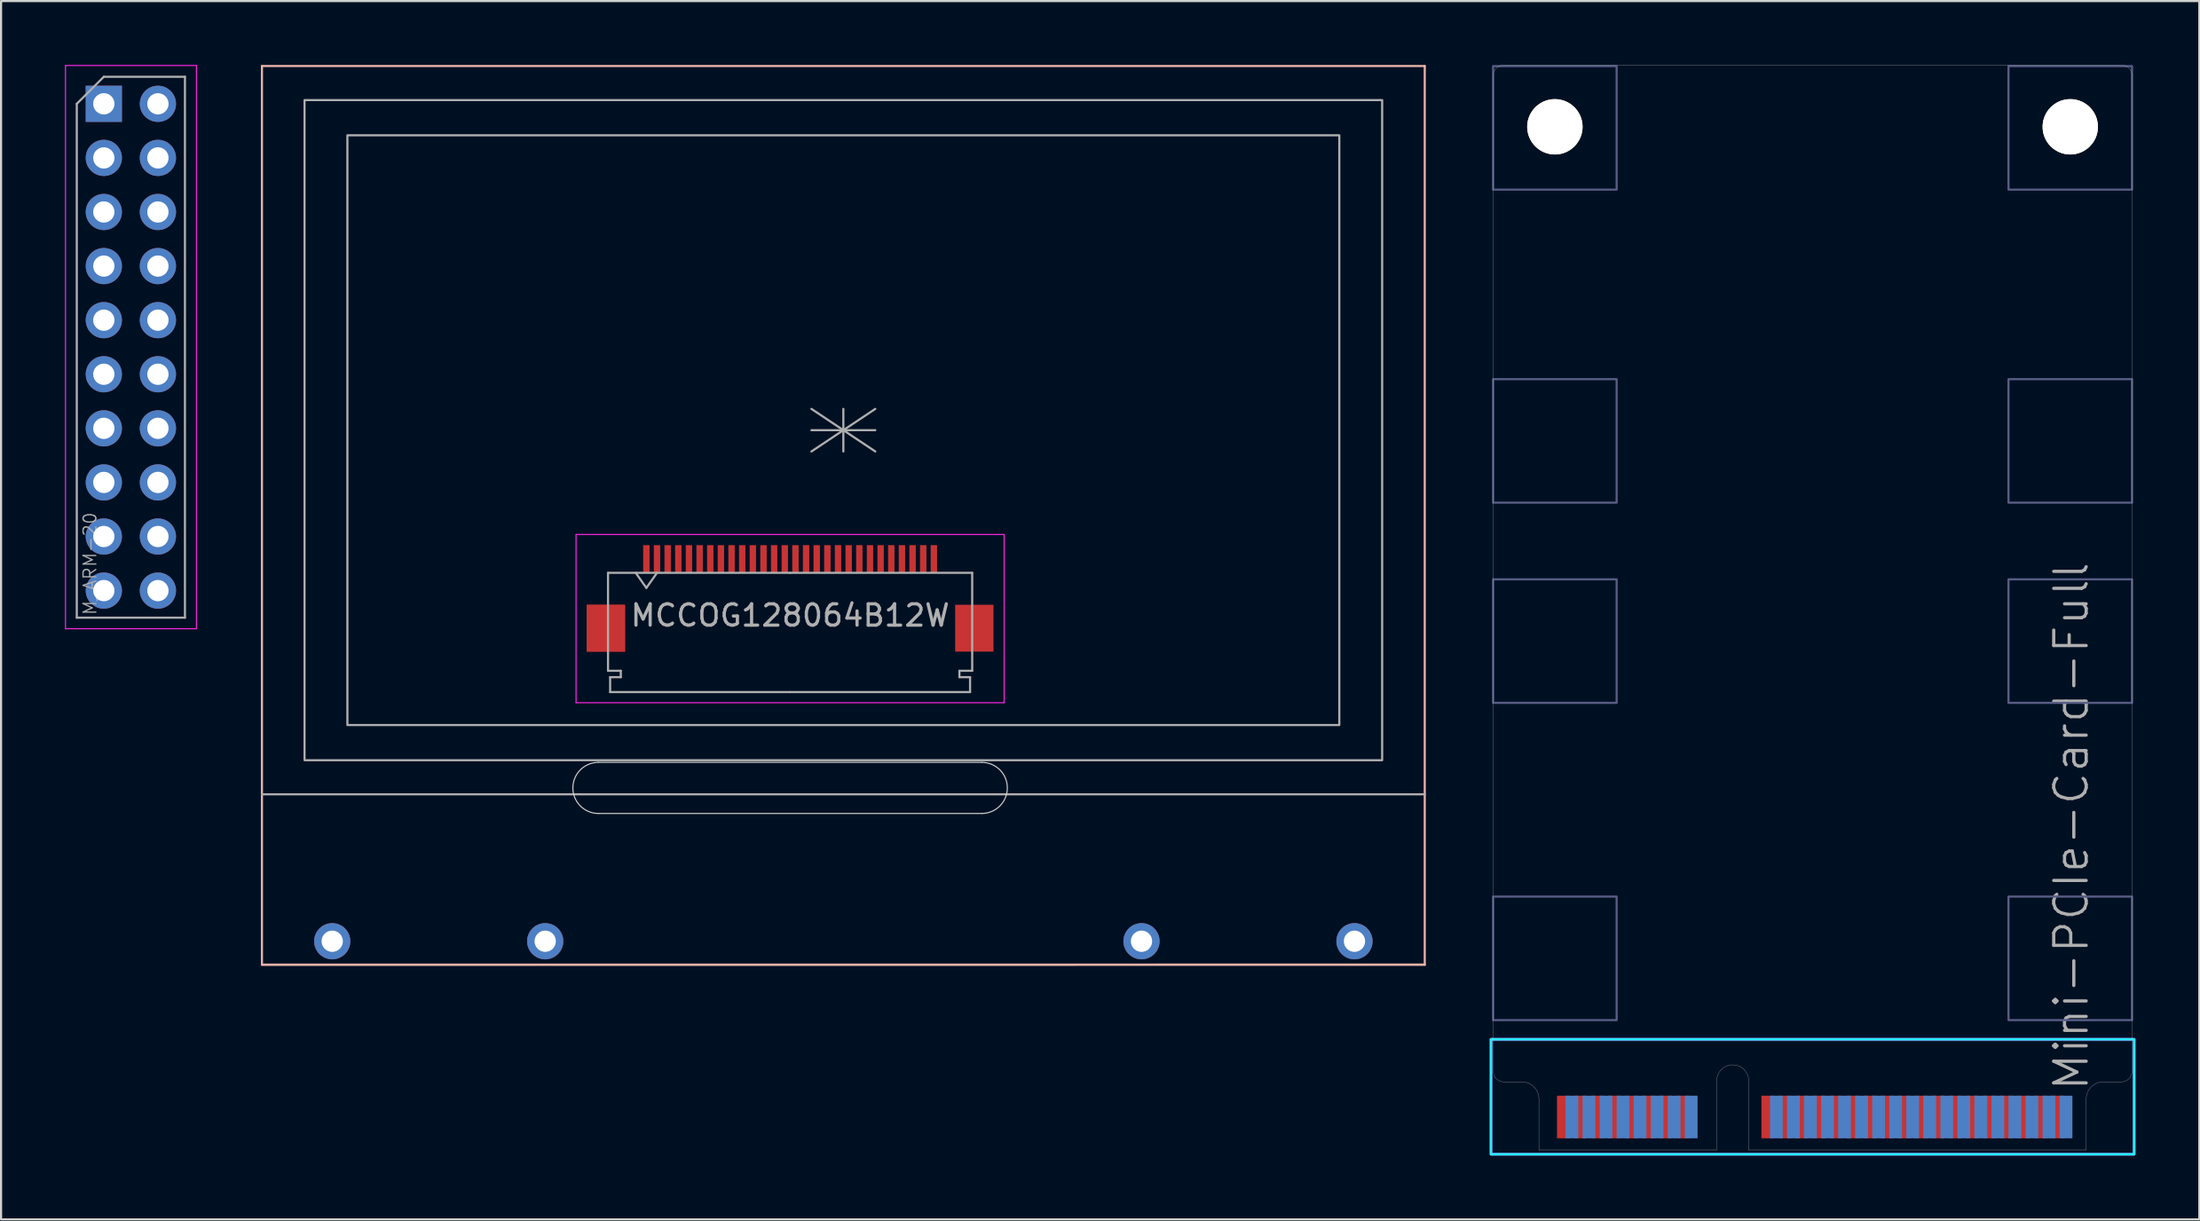
<source format=kicad_pcb>
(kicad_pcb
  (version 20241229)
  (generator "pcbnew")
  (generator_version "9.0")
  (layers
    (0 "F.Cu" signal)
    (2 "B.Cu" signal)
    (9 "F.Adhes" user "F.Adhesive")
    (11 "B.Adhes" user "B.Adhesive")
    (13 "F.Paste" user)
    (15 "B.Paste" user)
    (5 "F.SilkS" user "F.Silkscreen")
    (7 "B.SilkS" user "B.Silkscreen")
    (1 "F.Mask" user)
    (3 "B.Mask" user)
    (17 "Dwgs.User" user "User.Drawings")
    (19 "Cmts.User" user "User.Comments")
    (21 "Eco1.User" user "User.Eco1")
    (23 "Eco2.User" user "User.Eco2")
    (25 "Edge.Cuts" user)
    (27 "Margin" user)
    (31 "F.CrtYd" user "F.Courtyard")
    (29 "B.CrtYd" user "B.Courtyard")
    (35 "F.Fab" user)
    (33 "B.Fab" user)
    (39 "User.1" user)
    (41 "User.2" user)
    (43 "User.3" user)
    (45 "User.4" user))
  (footprint "Mini-PCIe-Card-Full"
    (layer "F.Cu")
    (at 82.06 50.955)
    (property "Reference" "Mini-PCIe-Card-Full" (at 12.15 -15.2 90) (layer "F.Fab") (effects (font (size 1.524 1.524) (thickness 0.15))))
    (attr exclude_from_bom)
    (fp_line (start 0 0) (end 0 -50.95) (stroke (width 0.01) (type solid)) (layer "Eco1.User"))
    (fp_line (start -15 -50.45) (end -15 -3.7) (stroke (width 0.01) (type solid)) (layer "Edge.Cuts"))
    (fp_line (start -13.65 -3.2) (end -14.5 -3.2) (stroke (width 0.01) (type solid)) (layer "Edge.Cuts"))
    (fp_line (start -12.85 0) (end -12.85 -2.4) (stroke (width 0.01) (type solid)) (layer "Edge.Cuts"))
    (fp_line (start -4.5 0) (end -12.85 0) (stroke (width 0.01) (type solid)) (layer "Edge.Cuts"))
    (fp_line (start -4.5 0) (end -4.5 -3.25) (stroke (width 0.01) (type solid)) (layer "Edge.Cuts"))
    (fp_line (start -3 0) (end -3 -3.25) (stroke (width 0.01) (type solid)) (layer "Edge.Cuts"))
    (fp_line (start -3 0) (end 12.85 0) (stroke (width 0.01) (type solid)) (layer "Edge.Cuts"))
    (fp_line (start 12.85 0) (end 12.85 -2.4) (stroke (width 0.01) (type solid)) (layer "Edge.Cuts"))
    (fp_line (start 14.5 -50.95) (end -14.5 -50.95) (stroke (width 0.01) (type solid)) (layer "Edge.Cuts"))
    (fp_line (start 14.5 -3.2) (end 13.65 -3.2) (stroke (width 0.01) (type solid)) (layer "Edge.Cuts"))
    (fp_line (start 15 -3.7) (end 15 -50.45) (stroke (width 0.01) (type solid)) (layer "Edge.Cuts"))
    (fp_arc (start -15 -50.45) (mid -14.853553 -50.803553) (end -14.5 -50.95) (stroke (width 0.01) (type solid)) (layer "Edge.Cuts"))
    (fp_arc (start -14.5 -3.2) (mid -14.853553 -3.346447) (end -15 -3.7) (stroke (width 0.01) (type solid)) (layer "Edge.Cuts"))
    (fp_arc (start -13.65 -3.2) (mid -13.084315 -2.965685) (end -12.85 -2.4) (stroke (width 0.01) (type solid)) (layer "Edge.Cuts"))
    (fp_arc (start -4.5 -3.25) (mid -3.75 -4) (end -3 -3.25) (stroke (width 0.01) (type solid)) (layer "Edge.Cuts"))
    (fp_arc (start 12.85 -2.4) (mid 13.084315 -2.965685) (end 13.65 -3.2) (stroke (width 0.01) (type solid)) (layer "Edge.Cuts"))
    (fp_arc (start 14.5 -50.95) (mid 14.853553 -50.803553) (end 15 -50.45) (stroke (width 0.01) (type solid)) (layer "Edge.Cuts"))
    (fp_arc (start 15 -3.7) (mid 14.853553 -3.346447) (end 14.5 -3.2) (stroke (width 0.01) (type solid)) (layer "Edge.Cuts"))
    (fp_rect (start -15.1 -5.2) (end 15.1 0.2) (stroke (width 0.12) (type solid)) (fill no) (layer "B.CrtYd"))
    (fp_rect (start -15.1 -5.2) (end 15.1 0.2) (stroke (width 0.12) (type solid)) (fill no) (layer "F.CrtYd"))
    (fp_line (start -15 -5.1) (end 15 -5.1) (stroke (width 0.01) (type solid)) (layer "B.Fab"))
    (fp_rect (start -15 -50.9) (end -9.2 -45.1) (stroke (width 0.1) (type solid)) (fill no) (layer "B.Fab"))
    (fp_rect (start -15 -36.2) (end -9.2 -30.4) (stroke (width 0.1) (type solid)) (fill no) (layer "B.Fab"))
    (fp_rect (start -15 -26.8) (end -9.2 -21) (stroke (width 0.1) (type solid)) (fill no) (layer "B.Fab"))
    (fp_rect (start -15 -11.9) (end -9.2 -6.1) (stroke (width 0.1) (type solid)) (fill no) (layer "B.Fab"))
    (fp_rect (start 9.2 -50.9) (end 15 -45.1) (stroke (width 0.1) (type solid)) (fill no) (layer "B.Fab"))
    (fp_rect (start 9.2 -36.2) (end 15 -30.4) (stroke (width 0.1) (type solid)) (fill no) (layer "B.Fab"))
    (fp_rect (start 9.2 -26.8) (end 15 -21) (stroke (width 0.1) (type solid)) (fill no) (layer "B.Fab"))
    (fp_rect (start 9.2 -11.9) (end 15 -6.1) (stroke (width 0.1) (type solid)) (fill no) (layer "B.Fab"))
    (pad "" np_thru_hole circle (at -12.1 -48.05) (size 2.6 2.6) (drill 2.6) (layers "*.Cu" "*.Mask" "F.SilkS"))
    (pad "" np_thru_hole circle (at 12.1 -48.05) (size 2.6 2.6) (drill 2.6) (layers "*.Cu" "*.Mask" "F.SilkS"))
    (pad "1" smd rect (at -11.7 -1.55) (size 0.6 2) (layers "F.Cu" "F.Mask"))
    (pad "2" smd rect (at -11.3 -1.55) (size 0.6 2) (layers "B.Cu" "B.Mask"))
    (pad "3" smd rect (at -10.9 -1.55) (size 0.6 2) (layers "F.Cu" "F.Mask"))
    (pad "4" smd rect (at -10.5 -1.55) (size 0.6 2) (layers "B.Cu" "B.Mask"))
    (pad "5" smd rect (at -10.1 -1.55) (size 0.6 2) (layers "F.Cu" "F.Mask"))
    (pad "6" smd rect (at -9.7 -1.55) (size 0.6 2) (layers "B.Cu" "B.Mask"))
    (pad "7" smd rect (at -9.3 -1.55) (size 0.6 2) (layers "F.Cu" "F.Mask"))
    (pad "8" smd rect (at -8.9 -1.55) (size 0.6 2) (layers "B.Cu" "B.Mask"))
    (pad "9" smd rect (at -8.5 -1.55) (size 0.6 2) (layers "F.Cu" "F.Mask"))
    (pad "10" smd rect (at -8.1 -1.55) (size 0.6 2) (layers "B.Cu" "B.Mask"))
    (pad "11" smd rect (at -7.7 -1.55) (size 0.6 2) (layers "F.Cu" "F.Mask"))
    (pad "12" smd rect (at -7.3 -1.55) (size 0.6 2) (layers "B.Cu" "B.Mask"))
    (pad "13" smd rect (at -6.9 -1.55) (size 0.6 2) (layers "F.Cu" "F.Mask"))
    (pad "14" smd rect (at -6.5 -1.55) (size 0.6 2) (layers "B.Cu" "B.Mask"))
    (pad "15" smd rect (at -6.1 -1.55) (size 0.6 2) (layers "F.Cu" "F.Mask"))
    (pad "16" smd rect (at -5.7 -1.55) (size 0.6 2) (layers "B.Cu" "B.Mask"))
    (pad "17" smd rect (at -2.1 -1.55) (size 0.6 2) (layers "F.Cu" "F.Mask"))
    (pad "18" smd rect (at -1.7 -1.55) (size 0.6 2) (layers "B.Cu" "B.Mask"))
    (pad "19" smd rect (at -1.3 -1.55) (size 0.6 2) (layers "F.Cu" "F.Mask"))
    (pad "20" smd rect (at -0.9 -1.55) (size 0.6 2) (layers "B.Cu" "B.Mask"))
    (pad "21" smd rect (at -0.5 -1.55) (size 0.6 2) (layers "F.Cu" "F.Mask"))
    (pad "22" smd rect (at -0.1 -1.55) (size 0.6 2) (layers "B.Cu" "B.Mask"))
    (pad "23" smd rect (at 0.3 -1.55) (size 0.6 2) (layers "F.Cu" "F.Mask"))
    (pad "24" smd rect (at 0.7 -1.55) (size 0.6 2) (layers "B.Cu" "B.Mask"))
    (pad "25" smd rect (at 1.1 -1.55) (size 0.6 2) (layers "F.Cu" "F.Mask"))
    (pad "26" smd rect (at 1.5 -1.55) (size 0.6 2) (layers "B.Cu" "B.Mask"))
    (pad "27" smd rect (at 1.9 -1.55) (size 0.6 2) (layers "F.Cu" "F.Mask"))
    (pad "28" smd rect (at 2.3 -1.55) (size 0.6 2) (layers "B.Cu" "B.Mask"))
    (pad "29" smd rect (at 2.7 -1.55) (size 0.6 2) (layers "F.Cu" "F.Mask"))
    (pad "30" smd rect (at 3.1 -1.55) (size 0.6 2) (layers "B.Cu" "B.Mask"))
    (pad "31" smd rect (at 3.5 -1.55) (size 0.6 2) (layers "F.Cu" "F.Mask"))
    (pad "32" smd rect (at 3.9 -1.55) (size 0.6 2) (layers "B.Cu" "B.Mask"))
    (pad "33" smd rect (at 4.3 -1.55) (size 0.6 2) (layers "F.Cu" "F.Mask"))
    (pad "34" smd rect (at 4.7 -1.55) (size 0.6 2) (layers "B.Cu" "B.Mask"))
    (pad "35" smd rect (at 5.1 -1.55) (size 0.6 2) (layers "F.Cu" "F.Mask"))
    (pad "36" smd rect (at 5.5 -1.55) (size 0.6 2) (layers "B.Cu" "B.Mask"))
    (pad "37" smd rect (at 5.9 -1.55) (size 0.6 2) (layers "F.Cu" "F.Mask"))
    (pad "38" smd rect (at 6.3 -1.55) (size 0.6 2) (layers "B.Cu" "B.Mask"))
    (pad "39" smd rect (at 6.7 -1.55) (size 0.6 2) (layers "F.Cu" "F.Mask"))
    (pad "40" smd rect (at 7.1 -1.55) (size 0.6 2) (layers "B.Cu" "B.Mask"))
    (pad "41" smd rect (at 7.5 -1.55) (size 0.6 2) (layers "F.Cu" "F.Mask"))
    (pad "42" smd rect (at 7.9 -1.55) (size 0.6 2) (layers "B.Cu" "B.Mask"))
    (pad "43" smd rect (at 8.3 -1.55) (size 0.6 2) (layers "F.Cu" "F.Mask"))
    (pad "44" smd rect (at 8.7 -1.55) (size 0.6 2) (layers "B.Cu" "B.Mask"))
    (pad "45" smd rect (at 9.1 -1.55) (size 0.6 2) (layers "F.Cu" "F.Mask"))
    (pad "46" smd rect (at 9.5 -1.55) (size 0.6 2) (layers "B.Cu" "B.Mask"))
    (pad "47" smd rect (at 9.9 -1.55) (size 0.6 2) (layers "F.Cu" "F.Mask"))
    (pad "48" smd rect (at 10.3 -1.55) (size 0.6 2) (layers "B.Cu" "B.Mask"))
    (pad "49" smd rect (at 10.7 -1.55) (size 0.6 2) (layers "F.Cu" "F.Mask"))
    (pad "50" smd rect (at 11.1 -1.55) (size 0.6 2) (layers "B.Cu" "B.Mask"))
    (pad "51" smd rect (at 11.5 -1.55) (size 0.6 2) (layers "F.Cu" "F.Mask"))
    (pad "52" smd rect (at 11.9 -1.55) (size 0.6 2) (layers "B.Cu" "B.Mask")))
  (footprint "M_ARM-20"
    (layer "F.Cu")
    (at 1.825 1.825)
    (property "Reference" "M_ARM-20" (at -0.65 24.05 90) (unlocked yes) (layer "F.Fab") (effects (font (size 0.6 0.6) (thickness 0.06)) (justify left)))
    (attr through_hole)
    (fp_line (start -1.8 -1.8) (end -1.8 24.65) (stroke (width 0.05) (type solid)) (layer "F.CrtYd"))
    (fp_line (start -1.8 24.65) (end 4.35 24.65) (stroke (width 0.05) (type solid)) (layer "F.CrtYd"))
    (fp_line (start 4.35 -1.8) (end -1.8 -1.8) (stroke (width 0.05) (type solid)) (layer "F.CrtYd"))
    (fp_line (start 4.35 24.65) (end 4.35 -1.8) (stroke (width 0.05) (type solid)) (layer "F.CrtYd"))
    (fp_line (start -1.27 0) (end 0 -1.27) (stroke (width 0.1) (type solid)) (layer "F.Fab"))
    (fp_line (start -1.27 24.13) (end -1.27 0) (stroke (width 0.1) (type solid)) (layer "F.Fab"))
    (fp_line (start 0 -1.27) (end 3.81 -1.27) (stroke (width 0.1) (type solid)) (layer "F.Fab"))
    (fp_line (start 3.81 -1.27) (end 3.81 24.13) (stroke (width 0.1) (type solid)) (layer "F.Fab"))
    (fp_line (start 3.81 24.13) (end -1.27 24.13) (stroke (width 0.1) (type solid)) (layer "F.Fab"))
    (pad "1" thru_hole rect (at 0 0) (size 1.7 1.7) (drill 1) (layers "*.Cu" "*.Mask"))
    (pad "2" thru_hole oval (at 2.54 0) (size 1.7 1.7) (drill 1) (layers "*.Cu" "*.Mask"))
    (pad "3" thru_hole oval (at 0 2.54) (size 1.7 1.7) (drill 1) (layers "*.Cu" "*.Mask"))
    (pad "4" thru_hole oval (at 2.54 2.54) (size 1.7 1.7) (drill 1) (layers "*.Cu" "*.Mask"))
    (pad "5" thru_hole oval (at 0 5.08) (size 1.7 1.7) (drill 1) (layers "*.Cu" "*.Mask"))
    (pad "6" thru_hole oval (at 2.54 5.08) (size 1.7 1.7) (drill 1) (layers "*.Cu" "*.Mask"))
    (pad "7" thru_hole oval (at 0 7.62) (size 1.7 1.7) (drill 1) (layers "*.Cu" "*.Mask"))
    (pad "8" thru_hole oval (at 2.54 7.62) (size 1.7 1.7) (drill 1) (layers "*.Cu" "*.Mask"))
    (pad "9" thru_hole oval (at 0 10.16) (size 1.7 1.7) (drill 1) (layers "*.Cu" "*.Mask"))
    (pad "10" thru_hole oval (at 2.54 10.16) (size 1.7 1.7) (drill 1) (layers "*.Cu" "*.Mask"))
    (pad "11" thru_hole oval (at 0 12.7) (size 1.7 1.7) (drill 1) (layers "*.Cu" "*.Mask"))
    (pad "12" thru_hole oval (at 2.54 12.7) (size 1.7 1.7) (drill 1) (layers "*.Cu" "*.Mask"))
    (pad "13" thru_hole oval (at 0 15.24) (size 1.7 1.7) (drill 1) (layers "*.Cu" "*.Mask"))
    (pad "14" thru_hole oval (at 2.54 15.24) (size 1.7 1.7) (drill 1) (layers "*.Cu" "*.Mask"))
    (pad "15" thru_hole oval (at 0 17.78) (size 1.7 1.7) (drill 1) (layers "*.Cu" "*.Mask"))
    (pad "16" thru_hole oval (at 2.54 17.78) (size 1.7 1.7) (drill 1) (layers "*.Cu" "*.Mask"))
    (pad "17" thru_hole oval (at 0 20.32) (size 1.7 1.7) (drill 1) (layers "*.Cu" "*.Mask"))
    (pad "18" thru_hole oval (at 2.54 20.32) (size 1.7 1.7) (drill 1) (layers "*.Cu" "*.Mask"))
    (pad "19" thru_hole oval (at 0 22.86) (size 1.7 1.7) (drill 1) (layers "*.Cu" "*.Mask"))
    (pad "20" thru_hole oval (at 2.54 22.86) (size 1.7 1.7) (drill 1) (layers "*.Cu" "*.Mask")))
  (footprint "MCCOG128064B12W"
    (layer "F.Cu")
    (at 36.55 17.151)
    (property "Reference" "MCCOG128064B12W" (at -2.5 8.7 0) (layer "F.Fab") (effects (font (size 1 1) (thickness 0.15))))
    (attr smd)
    (fp_line (start -27.3 -17.1) (end -27.3 25.1) (stroke (width 0.1) (type solid)) (layer "B.SilkS"))
    (fp_line (start 27.3 25.1) (end -27.3 25.1) (stroke (width 0.1) (type solid)) (layer "B.SilkS"))
    (fp_line (start 27.3 25.1) (end 27.3 -17.101) (stroke (width 0.1) (type solid)) (layer "B.SilkS"))
    (fp_line (start 27.3 -17.101) (end -27.3 -17.1) (stroke (width 0.1) (type solid)) (layer "B.SilkS"))
    (fp_line (start 27.3 25.099) (end -27.3 25.1) (stroke (width 0.1) (type solid)) (layer "B.SilkS"))
    (fp_line (start 6.5 15.6) (end -11.5 15.6) (stroke (width 0.05) (type solid)) (layer "Edge.Cuts"))
    (fp_line (start 6.5 18) (end -11.5 17.999) (stroke (width 0.05) (type solid)) (layer "Edge.Cuts"))
    (fp_arc (start -11.5 17.999499) (mid -12.699998 16.7995) (end -11.5 15.599501) (stroke (width 0.05) (type solid)) (layer "Edge.Cuts"))
    (fp_arc (start 6.5 15.599501) (mid 7.699999 16.7995) (end 6.500001 17.9995) (stroke (width 0.05) (type solid)) (layer "Edge.Cuts"))
    (fp_line (start -12.55 4.9) (end -12.55 12.8) (stroke (width 0.05) (type solid)) (layer "F.CrtYd"))
    (fp_line (start -12.55 12.8) (end 7.55 12.8) (stroke (width 0.05) (type solid)) (layer "F.CrtYd"))
    (fp_line (start 7.55 4.9) (end -12.55 4.9) (stroke (width 0.05) (type solid)) (layer "F.CrtYd"))
    (fp_line (start 7.55 12.8) (end 7.55 4.9) (stroke (width 0.05) (type solid)) (layer "F.CrtYd"))
    (fp_line (start -11.05 6.7) (end -11.05 11.3) (stroke (width 0.1) (type solid)) (layer "F.Fab"))
    (fp_line (start -11.05 11.3) (end -10.45 11.3) (stroke (width 0.1) (type solid)) (layer "F.Fab"))
    (fp_line (start -10.95 11.6) (end -10.95 12.3) (stroke (width 0.1) (type solid)) (layer "F.Fab"))
    (fp_line (start -10.95 12.3) (end -2.5 12.3) (stroke (width 0.1) (type solid)) (layer "F.Fab"))
    (fp_line (start -10.45 11.3) (end -10.45 11.6) (stroke (width 0.1) (type solid)) (layer "F.Fab"))
    (fp_line (start -10.45 11.6) (end -10.95 11.6) (stroke (width 0.1) (type solid)) (layer "F.Fab"))
    (fp_line (start -9.75 6.699) (end -9.25 7.407) (stroke (width 0.1) (type solid)) (layer "F.Fab"))
    (fp_line (start -9.25 7.407) (end -8.75 6.699) (stroke (width 0.1) (type solid)) (layer "F.Fab"))
    (fp_line (start -2.5 6.699) (end -11.05 6.699) (stroke (width 0.1) (type solid)) (layer "F.Fab"))
    (fp_line (start -2.5 6.7) (end 6.05 6.7) (stroke (width 0.1) (type solid)) (layer "F.Fab"))
    (fp_line (start -1.5 -1) (end 1.5 1) (stroke (width 0.1) (type solid)) (layer "F.Fab"))
    (fp_line (start -1.5 0) (end 1.5 0) (stroke (width 0.1) (type solid)) (layer "F.Fab"))
    (fp_line (start 0 -1) (end 0 1) (stroke (width 0.1) (type solid)) (layer "F.Fab"))
    (fp_line (start 1.5 -1) (end -1.5 1) (stroke (width 0.1) (type solid)) (layer "F.Fab"))
    (fp_line (start 5.45 11.3) (end 5.45 11.6) (stroke (width 0.1) (type solid)) (layer "F.Fab"))
    (fp_line (start 5.45 11.6) (end 5.95 11.6) (stroke (width 0.1) (type solid)) (layer "F.Fab"))
    (fp_line (start 5.95 11.6) (end 5.95 12.3) (stroke (width 0.1) (type solid)) (layer "F.Fab"))
    (fp_line (start 5.95 12.3) (end -2.5 12.3) (stroke (width 0.1) (type solid)) (layer "F.Fab"))
    (fp_line (start 6.05 6.7) (end 6.05 11.3) (stroke (width 0.1) (type solid)) (layer "F.Fab"))
    (fp_line (start 6.05 11.3) (end 5.45 11.3) (stroke (width 0.1) (type solid)) (layer "F.Fab"))
    (fp_line (start 27.3 17.099) (end -27.3 17.1) (stroke (width 0.1) (type solid)) (layer "F.Fab"))
    (fp_rect (start -25.3 -15.501) (end 25.3 15.499) (stroke (width 0.1) (type solid)) (fill no) (layer "F.Fab"))
    (fp_rect (start -23.288 -13.848) (end 23.288 13.848) (stroke (width 0.1) (type solid)) (fill no) (layer "F.Fab"))
    (pad "" smd rect (at -11.15 9.3) (size 1.8 2.2) (layers "F.Cu" "F.Mask" "F.Paste"))
    (pad "" smd rect (at -11.15 9.3) (size 1.8 2.2) (layers "F.Cu" "F.Mask" "F.Paste"))
    (pad "" smd rect (at 6.15 9.3) (size 1.8 2.2) (layers "F.Cu" "F.Mask" "F.Paste"))
    (pad "1" smd rect (at -9.25 6.05) (size 0.3 1.3) (layers "F.Cu" "F.Mask" "F.Paste"))
    (pad "2" smd rect (at -8.75 6.05) (size 0.3 1.3) (layers "F.Cu" "F.Mask" "F.Paste"))
    (pad "3" smd rect (at -8.25 6.05) (size 0.3 1.3) (layers "F.Cu" "F.Mask" "F.Paste"))
    (pad "4" smd rect (at -7.75 6.05) (size 0.3 1.3) (layers "F.Cu" "F.Mask" "F.Paste"))
    (pad "5" smd rect (at -7.25 6.05) (size 0.3 1.3) (layers "F.Cu" "F.Mask" "F.Paste"))
    (pad "6" smd rect (at -6.75 6.05) (size 0.3 1.3) (layers "F.Cu" "F.Mask" "F.Paste"))
    (pad "7" smd rect (at -6.25 6.05) (size 0.3 1.3) (layers "F.Cu" "F.Mask" "F.Paste"))
    (pad "8" smd rect (at -5.75 6.05) (size 0.3 1.3) (layers "F.Cu" "F.Mask" "F.Paste"))
    (pad "9" smd rect (at -5.25 6.05) (size 0.3 1.3) (layers "F.Cu" "F.Mask" "F.Paste"))
    (pad "10" smd rect (at -4.75 6.05) (size 0.3 1.3) (layers "F.Cu" "F.Mask" "F.Paste"))
    (pad "11" smd rect (at -4.25 6.05) (size 0.3 1.3) (layers "F.Cu" "F.Mask" "F.Paste"))
    (pad "12" smd rect (at -3.75 6.05) (size 0.3 1.3) (layers "F.Cu" "F.Mask" "F.Paste"))
    (pad "13" smd rect (at -3.25 6.05) (size 0.3 1.3) (layers "F.Cu" "F.Mask" "F.Paste"))
    (pad "14" smd rect (at -2.75 6.05) (size 0.3 1.3) (layers "F.Cu" "F.Mask" "F.Paste"))
    (pad "15" smd rect (at -2.25 6.05) (size 0.3 1.3) (layers "F.Cu" "F.Mask" "F.Paste"))
    (pad "16" smd rect (at -1.75 6.05) (size 0.3 1.3) (layers "F.Cu" "F.Mask" "F.Paste"))
    (pad "17" smd rect (at -1.25 6.05) (size 0.3 1.3) (layers "F.Cu" "F.Mask" "F.Paste"))
    (pad "18" smd rect (at -0.75 6.05) (size 0.3 1.3) (layers "F.Cu" "F.Mask" "F.Paste"))
    (pad "19" smd rect (at -0.25 6.05) (size 0.3 1.3) (layers "F.Cu" "F.Mask" "F.Paste"))
    (pad "20" smd rect (at 0.25 6.05) (size 0.3 1.3) (layers "F.Cu" "F.Mask" "F.Paste"))
    (pad "21" smd rect (at 0.75 6.05) (size 0.3 1.3) (layers "F.Cu" "F.Mask" "F.Paste"))
    (pad "22" smd rect (at 1.25 6.05) (size 0.3 1.3) (layers "F.Cu" "F.Mask" "F.Paste"))
    (pad "23" smd rect (at 1.75 6.05) (size 0.3 1.3) (layers "F.Cu" "F.Mask" "F.Paste"))
    (pad "24" smd rect (at 2.25 6.05) (size 0.3 1.3) (layers "F.Cu" "F.Mask" "F.Paste"))
    (pad "25" smd rect (at 2.75 6.05) (size 0.3 1.3) (layers "F.Cu" "F.Mask" "F.Paste"))
    (pad "26" smd rect (at 3.25 6.05) (size 0.3 1.3) (layers "F.Cu" "F.Mask" "F.Paste"))
    (pad "27" smd rect (at 3.75 6.05) (size 0.3 1.3) (layers "F.Cu" "F.Mask" "F.Paste"))
    (pad "28" smd rect (at 4.25 6.05) (size 0.3 1.3) (layers "F.Cu" "F.Mask" "F.Paste"))
    (pad "29" thru_hole circle (at -24 24) (size 1.7 1.7) (drill 1) (layers "*.Cu" "*.Mask"))
    (pad "30" thru_hole circle (at -14 24) (size 1.7 1.7) (drill 1) (layers "*.Cu" "*.Mask"))
    (pad "31" thru_hole circle (at 14 24) (size 1.7 1.7) (drill 1) (layers "*.Cu" "*.Mask"))
    (pad "32" thru_hole circle (at 24 24) (size 1.7 1.7) (drill 1) (layers "*.Cu" "*.Mask")))
  (gr_rect
    (start -3 -3)
    (end 100.22 54.215)
    (stroke (width 0.1) (type default))
    (fill no)
    (layer "Edge.Cuts")))
</source>
